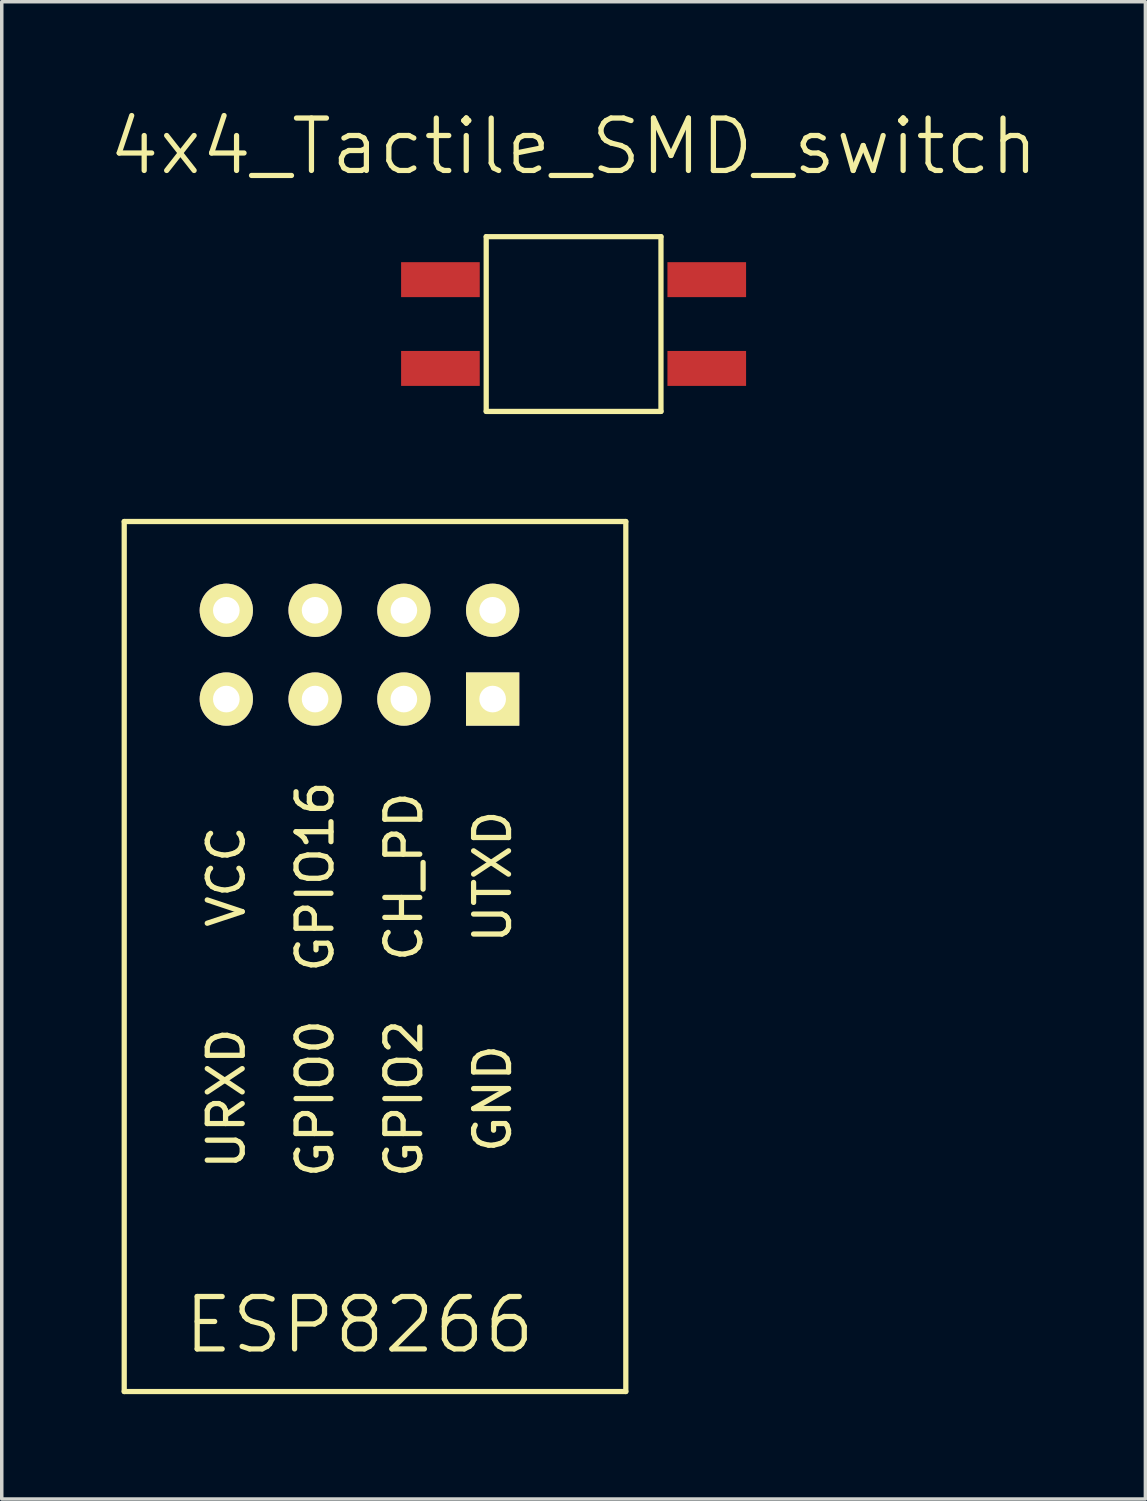
<source format=kicad_pcb>
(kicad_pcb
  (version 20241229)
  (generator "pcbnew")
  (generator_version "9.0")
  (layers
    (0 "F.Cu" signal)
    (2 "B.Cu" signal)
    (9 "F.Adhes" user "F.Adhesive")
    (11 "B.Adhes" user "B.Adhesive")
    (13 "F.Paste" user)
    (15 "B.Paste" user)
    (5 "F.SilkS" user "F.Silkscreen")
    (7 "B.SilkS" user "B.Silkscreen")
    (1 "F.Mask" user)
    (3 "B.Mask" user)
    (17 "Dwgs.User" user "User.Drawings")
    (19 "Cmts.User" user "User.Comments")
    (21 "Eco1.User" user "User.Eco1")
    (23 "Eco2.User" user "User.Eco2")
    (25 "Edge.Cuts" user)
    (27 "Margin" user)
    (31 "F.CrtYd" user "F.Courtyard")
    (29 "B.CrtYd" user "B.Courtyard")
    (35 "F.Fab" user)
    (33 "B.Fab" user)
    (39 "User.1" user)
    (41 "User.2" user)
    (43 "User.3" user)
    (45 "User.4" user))
  (footprint "4x4_Tactile_SMD_switch"
    (layer "F.Cu")
    (at 13.361 6.221)
    (property "Reference" "4x4_Tactile_SMD_switch" (at 0 -5.08 0) (layer "F.SilkS") (effects (font (size 1.5 1.5) (thickness 0.15))))
    (attr through_hole)
    (fp_line (start -2.5 -2.5) (end 2.5 -2.5) (stroke (width 0.15) (type solid)) (layer "F.SilkS"))
    (fp_line (start -2.5 2.5) (end -2.5 -2.5) (stroke (width 0.15) (type solid)) (layer "F.SilkS"))
    (fp_line (start 2.5 -2.5) (end 2.5 2.5) (stroke (width 0.15) (type solid)) (layer "F.SilkS"))
    (fp_line (start 2.5 2.5) (end -2.5 2.5) (stroke (width 0.15) (type solid)) (layer "F.SilkS"))
    (pad "1" smd rect (at -3.81 -1.27) (size 2.25 1) (layers "F.Cu" "F.Mask" "F.Paste"))
    (pad "2" smd rect (at -3.81 1.27) (size 2.25 1) (layers "F.Cu" "F.Mask" "F.Paste"))
    (pad "3" smd rect (at 3.81 -1.27) (size 2.25 1) (layers "F.Cu" "F.Mask" "F.Paste"))
    (pad "4" smd rect (at 3.81 1.27) (size 2.25 1) (layers "F.Cu" "F.Mask" "F.Paste")))
  (footprint "ESP8266"
    (layer "F.Cu")
    (at 0.25 34.096)
    (property "Reference" "ESP8266" (at 6.985 0.762 180) (layer "F.SilkS") (effects (font (size 1.5 1.5) (thickness 0.15))))
    (attr through_hole)
    (fp_line (start 0.254 -22.225) (end 0.254 2.667) (stroke (width 0.15) (type solid)) (layer "F.SilkS"))
    (fp_line (start 0.254 2.667) (end 14.605 2.667) (stroke (width 0.15) (type solid)) (layer "F.SilkS"))
    (fp_line (start 14.605 -22.225) (end 0.254 -22.225) (stroke (width 0.15) (type solid)) (layer "F.SilkS"))
    (fp_line (start 14.605 2.667) (end 14.605 -22.225) (stroke (width 0.15) (type solid)) (layer "F.SilkS"))
    (fp_text user "CH_PD" (at 8.255 -12.065 270) (layer "F.SilkS") (effects (font (size 1 1) (thickness 0.15))))
    (fp_text user "GPIO16" (at 5.715 -12.065 270) (layer "F.SilkS") (effects (font (size 1 1) (thickness 0.15))))
    (fp_text user "UTXD" (at 10.795 -12.065 270) (layer "F.SilkS") (effects (font (size 1 1) (thickness 0.15))))
    (fp_text user "URXD" (at 3.175 -5.715 270) (layer "F.SilkS") (effects (font (size 1 1) (thickness 0.15))))
    (fp_text user "GND" (at 10.795 -5.715 270) (layer "F.SilkS") (effects (font (size 1 1) (thickness 0.15))))
    (fp_text user "VCC" (at 3.175 -12.065 270) (layer "F.SilkS") (effects (font (size 1 1) (thickness 0.15))))
    (fp_text user "GPIO0" (at 5.715 -5.715 270) (layer "F.SilkS") (effects (font (size 1 1) (thickness 0.15))))
    (fp_text user "GPIO2" (at 8.255 -5.715 270) (layer "F.SilkS") (effects (font (size 1 1) (thickness 0.15))))
    (pad "1" thru_hole circle (at 10.795 -19.685 180) (size 1.524 1.524) (drill 0.762) (layers "*.Cu" "*.Mask" "F.SilkS"))
    (pad "2" thru_hole circle (at 8.255 -19.685 180) (size 1.524 1.524) (drill 0.762) (layers "*.Cu" "*.Mask" "F.SilkS"))
    (pad "3" thru_hole circle (at 5.715 -19.685 180) (size 1.524 1.524) (drill 0.762) (layers "*.Cu" "*.Mask" "F.SilkS"))
    (pad "4" thru_hole circle (at 3.175 -19.685 180) (size 1.524 1.524) (drill 0.762) (layers "*.Cu" "*.Mask" "F.SilkS"))
    (pad "5" thru_hole rect (at 10.795 -17.145 180) (size 1.524 1.524) (drill 0.762) (layers "*.Cu" "*.Mask" "F.SilkS"))
    (pad "6" thru_hole circle (at 8.255 -17.145 180) (size 1.524 1.524) (drill 0.762) (layers "*.Cu" "*.Mask" "F.SilkS"))
    (pad "7" thru_hole circle (at 5.715 -17.145 180) (size 1.524 1.524) (drill 0.762) (layers "*.Cu" "*.Mask" "F.SilkS"))
    (pad "8" thru_hole circle (at 3.175 -17.145 180) (size 1.524 1.524) (drill 0.762) (layers "*.Cu" "*.Mask" "F.SilkS")))
  (gr_rect
    (start -3 -3)
    (end 29.721 39.838)
    (stroke (width 0.1) (type default))
    (fill no)
    (layer "Edge.Cuts")))
</source>
